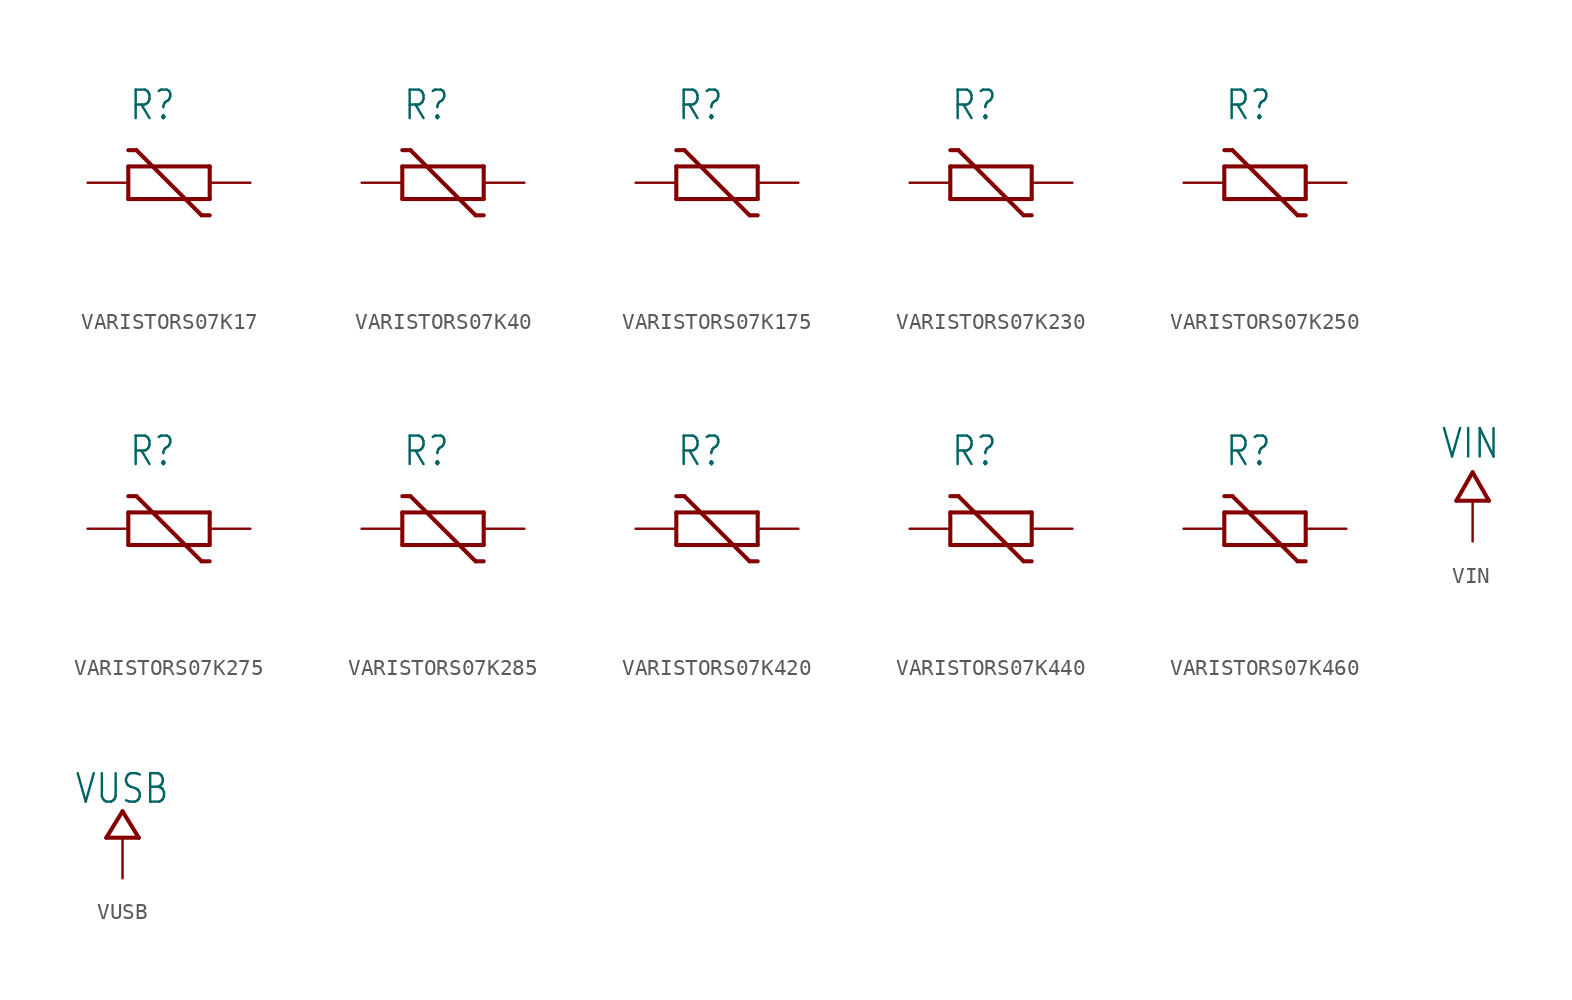
<source format=kicad_sym>
(kicad_symbol_lib
  (version 20220914)
  (generator kicad_symbol_editor)
  (symbol "VARISTORS07K17"
    (property "Reference" "R"
      (at -2.54 3.81 0)
      (effects (font (size 1.778 1.511)) (justify left bottom)))
    (property "Value" ""
      (at -2.54 -6.35 0)
      (effects (font (size 1.778 1.511)) (justify left bottom)))
    (property "ki_locked" ""
      (at 0 0 0)
      (effects (font (size 1.27 1.27))))
    (symbol "VARISTORS07K17_1_0"
      (polyline (pts (xy -2.54 -1.016) (xy -2.54 1.016)) (stroke (width 0.254) (type solid)) (fill (type none)))
      (polyline (pts (xy -2.54 1.016) (xy 2.54 1.016)) (stroke (width 0.254) (type solid)) (fill (type none)))
      (polyline (pts (xy -2.032 2.032) (xy -2.54 2.032)) (stroke (width 0.254) (type solid)) (fill (type none)))
      (polyline (pts (xy 2.032 -2.032) (xy -2.032 2.032)) (stroke (width 0.254) (type solid)) (fill (type none)))
      (polyline (pts (xy 2.54 -2.032) (xy 2.032 -2.032)) (stroke (width 0.254) (type solid)) (fill (type none)))
      (polyline (pts (xy 2.54 -1.016) (xy -2.54 -1.016)) (stroke (width 0.254) (type solid)) (fill (type none)))
      (polyline (pts (xy 2.54 1.016) (xy 2.54 -1.016)) (stroke (width 0.254) (type solid)) (fill (type none)))
      (pin passive line (at 5.08 0 180) (length 2.54) (name "1" (effects (font (size 0 0)))) (number "1" (effects (font (size 0 0)))))
      (pin passive line (at -5.08 0 0) (length 2.54) (name "2" (effects (font (size 0 0)))) (number "2" (effects (font (size 0 0)))))))
  (symbol "VARISTORS07K40"
    (property "Reference" "R"
      (at -2.54 3.81 0)
      (effects (font (size 1.778 1.511)) (justify left bottom)))
    (property "Value" ""
      (at -2.54 -6.35 0)
      (effects (font (size 1.778 1.511)) (justify left bottom)))
    (property "ki_locked" ""
      (at 0 0 0)
      (effects (font (size 1.27 1.27))))
    (symbol "VARISTORS07K40_1_0"
      (polyline (pts (xy -2.54 -1.016) (xy -2.54 1.016)) (stroke (width 0.254) (type solid)) (fill (type none)))
      (polyline (pts (xy -2.54 1.016) (xy 2.54 1.016)) (stroke (width 0.254) (type solid)) (fill (type none)))
      (polyline (pts (xy -2.032 2.032) (xy -2.54 2.032)) (stroke (width 0.254) (type solid)) (fill (type none)))
      (polyline (pts (xy 2.032 -2.032) (xy -2.032 2.032)) (stroke (width 0.254) (type solid)) (fill (type none)))
      (polyline (pts (xy 2.54 -2.032) (xy 2.032 -2.032)) (stroke (width 0.254) (type solid)) (fill (type none)))
      (polyline (pts (xy 2.54 -1.016) (xy -2.54 -1.016)) (stroke (width 0.254) (type solid)) (fill (type none)))
      (polyline (pts (xy 2.54 1.016) (xy 2.54 -1.016)) (stroke (width 0.254) (type solid)) (fill (type none)))
      (pin passive line (at 5.08 0 180) (length 2.54) (name "1" (effects (font (size 0 0)))) (number "1" (effects (font (size 0 0)))))
      (pin passive line (at -5.08 0 0) (length 2.54) (name "2" (effects (font (size 0 0)))) (number "2" (effects (font (size 0 0)))))))
  (symbol "VARISTORS07K175"
    (property "Reference" "R"
      (at -2.54 3.81 0)
      (effects (font (size 1.778 1.511)) (justify left bottom)))
    (property "Value" ""
      (at -2.54 -6.35 0)
      (effects (font (size 1.778 1.511)) (justify left bottom)))
    (property "ki_locked" ""
      (at 0 0 0)
      (effects (font (size 1.27 1.27))))
    (symbol "VARISTORS07K175_1_0"
      (polyline (pts (xy -2.54 -1.016) (xy -2.54 1.016)) (stroke (width 0.254) (type solid)) (fill (type none)))
      (polyline (pts (xy -2.54 1.016) (xy 2.54 1.016)) (stroke (width 0.254) (type solid)) (fill (type none)))
      (polyline (pts (xy -2.032 2.032) (xy -2.54 2.032)) (stroke (width 0.254) (type solid)) (fill (type none)))
      (polyline (pts (xy 2.032 -2.032) (xy -2.032 2.032)) (stroke (width 0.254) (type solid)) (fill (type none)))
      (polyline (pts (xy 2.54 -2.032) (xy 2.032 -2.032)) (stroke (width 0.254) (type solid)) (fill (type none)))
      (polyline (pts (xy 2.54 -1.016) (xy -2.54 -1.016)) (stroke (width 0.254) (type solid)) (fill (type none)))
      (polyline (pts (xy 2.54 1.016) (xy 2.54 -1.016)) (stroke (width 0.254) (type solid)) (fill (type none)))
      (pin passive line (at 5.08 0 180) (length 2.54) (name "1" (effects (font (size 0 0)))) (number "1" (effects (font (size 0 0)))))
      (pin passive line (at -5.08 0 0) (length 2.54) (name "2" (effects (font (size 0 0)))) (number "2" (effects (font (size 0 0)))))))
  (symbol "VARISTORS07K230"
    (property "Reference" "R"
      (at -2.54 3.81 0)
      (effects (font (size 1.778 1.511)) (justify left bottom)))
    (property "Value" ""
      (at -2.54 -6.35 0)
      (effects (font (size 1.778 1.511)) (justify left bottom)))
    (property "ki_locked" ""
      (at 0 0 0)
      (effects (font (size 1.27 1.27))))
    (symbol "VARISTORS07K230_1_0"
      (polyline (pts (xy -2.54 -1.016) (xy -2.54 1.016)) (stroke (width 0.254) (type solid)) (fill (type none)))
      (polyline (pts (xy -2.54 1.016) (xy 2.54 1.016)) (stroke (width 0.254) (type solid)) (fill (type none)))
      (polyline (pts (xy -2.032 2.032) (xy -2.54 2.032)) (stroke (width 0.254) (type solid)) (fill (type none)))
      (polyline (pts (xy 2.032 -2.032) (xy -2.032 2.032)) (stroke (width 0.254) (type solid)) (fill (type none)))
      (polyline (pts (xy 2.54 -2.032) (xy 2.032 -2.032)) (stroke (width 0.254) (type solid)) (fill (type none)))
      (polyline (pts (xy 2.54 -1.016) (xy -2.54 -1.016)) (stroke (width 0.254) (type solid)) (fill (type none)))
      (polyline (pts (xy 2.54 1.016) (xy 2.54 -1.016)) (stroke (width 0.254) (type solid)) (fill (type none)))
      (pin passive line (at 5.08 0 180) (length 2.54) (name "1" (effects (font (size 0 0)))) (number "1" (effects (font (size 0 0)))))
      (pin passive line (at -5.08 0 0) (length 2.54) (name "2" (effects (font (size 0 0)))) (number "2" (effects (font (size 0 0)))))))
  (symbol "VARISTORS07K250"
    (property "Reference" "R"
      (at -2.54 3.81 0)
      (effects (font (size 1.778 1.511)) (justify left bottom)))
    (property "Value" ""
      (at -2.54 -6.35 0)
      (effects (font (size 1.778 1.511)) (justify left bottom)))
    (property "ki_locked" ""
      (at 0 0 0)
      (effects (font (size 1.27 1.27))))
    (symbol "VARISTORS07K250_1_0"
      (polyline (pts (xy -2.54 -1.016) (xy -2.54 1.016)) (stroke (width 0.254) (type solid)) (fill (type none)))
      (polyline (pts (xy -2.54 1.016) (xy 2.54 1.016)) (stroke (width 0.254) (type solid)) (fill (type none)))
      (polyline (pts (xy -2.032 2.032) (xy -2.54 2.032)) (stroke (width 0.254) (type solid)) (fill (type none)))
      (polyline (pts (xy 2.032 -2.032) (xy -2.032 2.032)) (stroke (width 0.254) (type solid)) (fill (type none)))
      (polyline (pts (xy 2.54 -2.032) (xy 2.032 -2.032)) (stroke (width 0.254) (type solid)) (fill (type none)))
      (polyline (pts (xy 2.54 -1.016) (xy -2.54 -1.016)) (stroke (width 0.254) (type solid)) (fill (type none)))
      (polyline (pts (xy 2.54 1.016) (xy 2.54 -1.016)) (stroke (width 0.254) (type solid)) (fill (type none)))
      (pin passive line (at 5.08 0 180) (length 2.54) (name "1" (effects (font (size 0 0)))) (number "1" (effects (font (size 0 0)))))
      (pin passive line (at -5.08 0 0) (length 2.54) (name "2" (effects (font (size 0 0)))) (number "2" (effects (font (size 0 0)))))))
  (symbol "VARISTORS07K275"
    (property "Reference" "R"
      (at -2.54 3.81 0)
      (effects (font (size 1.778 1.511)) (justify left bottom)))
    (property "Value" ""
      (at -2.54 -6.35 0)
      (effects (font (size 1.778 1.511)) (justify left bottom)))
    (property "ki_locked" ""
      (at 0 0 0)
      (effects (font (size 1.27 1.27))))
    (symbol "VARISTORS07K275_1_0"
      (polyline (pts (xy -2.54 -1.016) (xy -2.54 1.016)) (stroke (width 0.254) (type solid)) (fill (type none)))
      (polyline (pts (xy -2.54 1.016) (xy 2.54 1.016)) (stroke (width 0.254) (type solid)) (fill (type none)))
      (polyline (pts (xy -2.032 2.032) (xy -2.54 2.032)) (stroke (width 0.254) (type solid)) (fill (type none)))
      (polyline (pts (xy 2.032 -2.032) (xy -2.032 2.032)) (stroke (width 0.254) (type solid)) (fill (type none)))
      (polyline (pts (xy 2.54 -2.032) (xy 2.032 -2.032)) (stroke (width 0.254) (type solid)) (fill (type none)))
      (polyline (pts (xy 2.54 -1.016) (xy -2.54 -1.016)) (stroke (width 0.254) (type solid)) (fill (type none)))
      (polyline (pts (xy 2.54 1.016) (xy 2.54 -1.016)) (stroke (width 0.254) (type solid)) (fill (type none)))
      (pin passive line (at 5.08 0 180) (length 2.54) (name "1" (effects (font (size 0 0)))) (number "1" (effects (font (size 0 0)))))
      (pin passive line (at -5.08 0 0) (length 2.54) (name "2" (effects (font (size 0 0)))) (number "2" (effects (font (size 0 0)))))))
  (symbol "VARISTORS07K285"
    (property "Reference" "R"
      (at -2.54 3.81 0)
      (effects (font (size 1.778 1.511)) (justify left bottom)))
    (property "Value" ""
      (at -2.54 -6.35 0)
      (effects (font (size 1.778 1.511)) (justify left bottom)))
    (property "ki_locked" ""
      (at 0 0 0)
      (effects (font (size 1.27 1.27))))
    (symbol "VARISTORS07K285_1_0"
      (polyline (pts (xy -2.54 -1.016) (xy -2.54 1.016)) (stroke (width 0.254) (type solid)) (fill (type none)))
      (polyline (pts (xy -2.54 1.016) (xy 2.54 1.016)) (stroke (width 0.254) (type solid)) (fill (type none)))
      (polyline (pts (xy -2.032 2.032) (xy -2.54 2.032)) (stroke (width 0.254) (type solid)) (fill (type none)))
      (polyline (pts (xy 2.032 -2.032) (xy -2.032 2.032)) (stroke (width 0.254) (type solid)) (fill (type none)))
      (polyline (pts (xy 2.54 -2.032) (xy 2.032 -2.032)) (stroke (width 0.254) (type solid)) (fill (type none)))
      (polyline (pts (xy 2.54 -1.016) (xy -2.54 -1.016)) (stroke (width 0.254) (type solid)) (fill (type none)))
      (polyline (pts (xy 2.54 1.016) (xy 2.54 -1.016)) (stroke (width 0.254) (type solid)) (fill (type none)))
      (pin passive line (at 5.08 0 180) (length 2.54) (name "1" (effects (font (size 0 0)))) (number "1" (effects (font (size 0 0)))))
      (pin passive line (at -5.08 0 0) (length 2.54) (name "2" (effects (font (size 0 0)))) (number "2" (effects (font (size 0 0)))))))
  (symbol "VARISTORS07K420"
    (property "Reference" "R"
      (at -2.54 3.81 0)
      (effects (font (size 1.778 1.511)) (justify left bottom)))
    (property "Value" ""
      (at -2.54 -6.35 0)
      (effects (font (size 1.778 1.511)) (justify left bottom)))
    (property "ki_locked" ""
      (at 0 0 0)
      (effects (font (size 1.27 1.27))))
    (symbol "VARISTORS07K420_1_0"
      (polyline (pts (xy -2.54 -1.016) (xy -2.54 1.016)) (stroke (width 0.254) (type solid)) (fill (type none)))
      (polyline (pts (xy -2.54 1.016) (xy 2.54 1.016)) (stroke (width 0.254) (type solid)) (fill (type none)))
      (polyline (pts (xy -2.032 2.032) (xy -2.54 2.032)) (stroke (width 0.254) (type solid)) (fill (type none)))
      (polyline (pts (xy 2.032 -2.032) (xy -2.032 2.032)) (stroke (width 0.254) (type solid)) (fill (type none)))
      (polyline (pts (xy 2.54 -2.032) (xy 2.032 -2.032)) (stroke (width 0.254) (type solid)) (fill (type none)))
      (polyline (pts (xy 2.54 -1.016) (xy -2.54 -1.016)) (stroke (width 0.254) (type solid)) (fill (type none)))
      (polyline (pts (xy 2.54 1.016) (xy 2.54 -1.016)) (stroke (width 0.254) (type solid)) (fill (type none)))
      (pin passive line (at 5.08 0 180) (length 2.54) (name "1" (effects (font (size 0 0)))) (number "1" (effects (font (size 0 0)))))
      (pin passive line (at -5.08 0 0) (length 2.54) (name "2" (effects (font (size 0 0)))) (number "2" (effects (font (size 0 0)))))))
  (symbol "VARISTORS07K440"
    (property "Reference" "R"
      (at -2.54 3.81 0)
      (effects (font (size 1.778 1.511)) (justify left bottom)))
    (property "Value" ""
      (at -2.54 -6.35 0)
      (effects (font (size 1.778 1.511)) (justify left bottom)))
    (property "ki_locked" ""
      (at 0 0 0)
      (effects (font (size 1.27 1.27))))
    (symbol "VARISTORS07K440_1_0"
      (polyline (pts (xy -2.54 -1.016) (xy -2.54 1.016)) (stroke (width 0.254) (type solid)) (fill (type none)))
      (polyline (pts (xy -2.54 1.016) (xy 2.54 1.016)) (stroke (width 0.254) (type solid)) (fill (type none)))
      (polyline (pts (xy -2.032 2.032) (xy -2.54 2.032)) (stroke (width 0.254) (type solid)) (fill (type none)))
      (polyline (pts (xy 2.032 -2.032) (xy -2.032 2.032)) (stroke (width 0.254) (type solid)) (fill (type none)))
      (polyline (pts (xy 2.54 -2.032) (xy 2.032 -2.032)) (stroke (width 0.254) (type solid)) (fill (type none)))
      (polyline (pts (xy 2.54 -1.016) (xy -2.54 -1.016)) (stroke (width 0.254) (type solid)) (fill (type none)))
      (polyline (pts (xy 2.54 1.016) (xy 2.54 -1.016)) (stroke (width 0.254) (type solid)) (fill (type none)))
      (pin passive line (at 5.08 0 180) (length 2.54) (name "1" (effects (font (size 0 0)))) (number "1" (effects (font (size 0 0)))))
      (pin passive line (at -5.08 0 0) (length 2.54) (name "2" (effects (font (size 0 0)))) (number "2" (effects (font (size 0 0)))))))
  (symbol "VARISTORS07K460"
    (property "Reference" "R"
      (at -2.54 3.81 0)
      (effects (font (size 1.778 1.511)) (justify left bottom)))
    (property "Value" ""
      (at -2.54 -6.35 0)
      (effects (font (size 1.778 1.511)) (justify left bottom)))
    (property "ki_locked" ""
      (at 0 0 0)
      (effects (font (size 1.27 1.27))))
    (symbol "VARISTORS07K460_1_0"
      (polyline (pts (xy -2.54 -1.016) (xy -2.54 1.016)) (stroke (width 0.254) (type solid)) (fill (type none)))
      (polyline (pts (xy -2.54 1.016) (xy 2.54 1.016)) (stroke (width 0.254) (type solid)) (fill (type none)))
      (polyline (pts (xy -2.032 2.032) (xy -2.54 2.032)) (stroke (width 0.254) (type solid)) (fill (type none)))
      (polyline (pts (xy 2.032 -2.032) (xy -2.032 2.032)) (stroke (width 0.254) (type solid)) (fill (type none)))
      (polyline (pts (xy 2.54 -2.032) (xy 2.032 -2.032)) (stroke (width 0.254) (type solid)) (fill (type none)))
      (polyline (pts (xy 2.54 -1.016) (xy -2.54 -1.016)) (stroke (width 0.254) (type solid)) (fill (type none)))
      (polyline (pts (xy 2.54 1.016) (xy 2.54 -1.016)) (stroke (width 0.254) (type solid)) (fill (type none)))
      (pin passive line (at 5.08 0 180) (length 2.54) (name "1" (effects (font (size 0 0)))) (number "1" (effects (font (size 0 0)))))
      (pin passive line (at -5.08 0 0) (length 2.54) (name "2" (effects (font (size 0 0)))) (number "2" (effects (font (size 0 0)))))))
  (symbol "VIN"
    (power)
    (property "Reference" ""
      (at 0 0 0)
      (effects (font (size 1.27 1.27)) hide))
    (property "Value" "VIN"
      (at -2.032 2.54 0)
      (effects (font (size 1.778 1.511)) (justify left bottom)))
    (property "ki_locked" ""
      (at 0 0 0)
      (effects (font (size 1.27 1.27))))
    (symbol "VIN_1_0"
      (polyline (pts (xy -1.016 0) (xy 0 1.778)) (stroke (width 0.254) (type solid)) (fill (type none)))
      (polyline (pts (xy -1.016 0) (xy 1.016 0)) (stroke (width 0.254) (type solid)) (fill (type none)))
      (polyline (pts (xy 0 1.778) (xy 1.016 0)) (stroke (width 0.254) (type solid)) (fill (type none)))
      (pin power_in line (at 0 -2.54 90) (length 2.54) (name "VIN" (effects (font (size 0 0)))) (number "1" (effects (font (size 0 0)))))))
  (symbol "VUSB"
    (power)
    (property "Reference" ""
      (at 0 0 0)
      (effects (font (size 1.27 1.27)) hide))
    (property "Value" "VUSB"
      (at -3.048 2.032 0)
      (effects (font (size 1.778 1.511)) (justify left bottom)))
    (property "ki_locked" ""
      (at 0 0 0)
      (effects (font (size 1.27 1.27))))
    (symbol "VUSB_1_0"
      (polyline (pts (xy -1.016 0) (xy 1.016 0)) (stroke (width 0.254) (type solid)) (fill (type none)))
      (polyline (pts (xy 0 1.651) (xy -1.016 0)) (stroke (width 0.254) (type solid)) (fill (type none)))
      (polyline (pts (xy 1.016 0) (xy 0 1.651)) (stroke (width 0.254) (type solid)) (fill (type none)))
      (pin power_in line (at 0 -2.54 90) (length 2.54) (name "VUSB" (effects (font (size 0 0)))) (number "1" (effects (font (size 0 0))))))))
</source>
